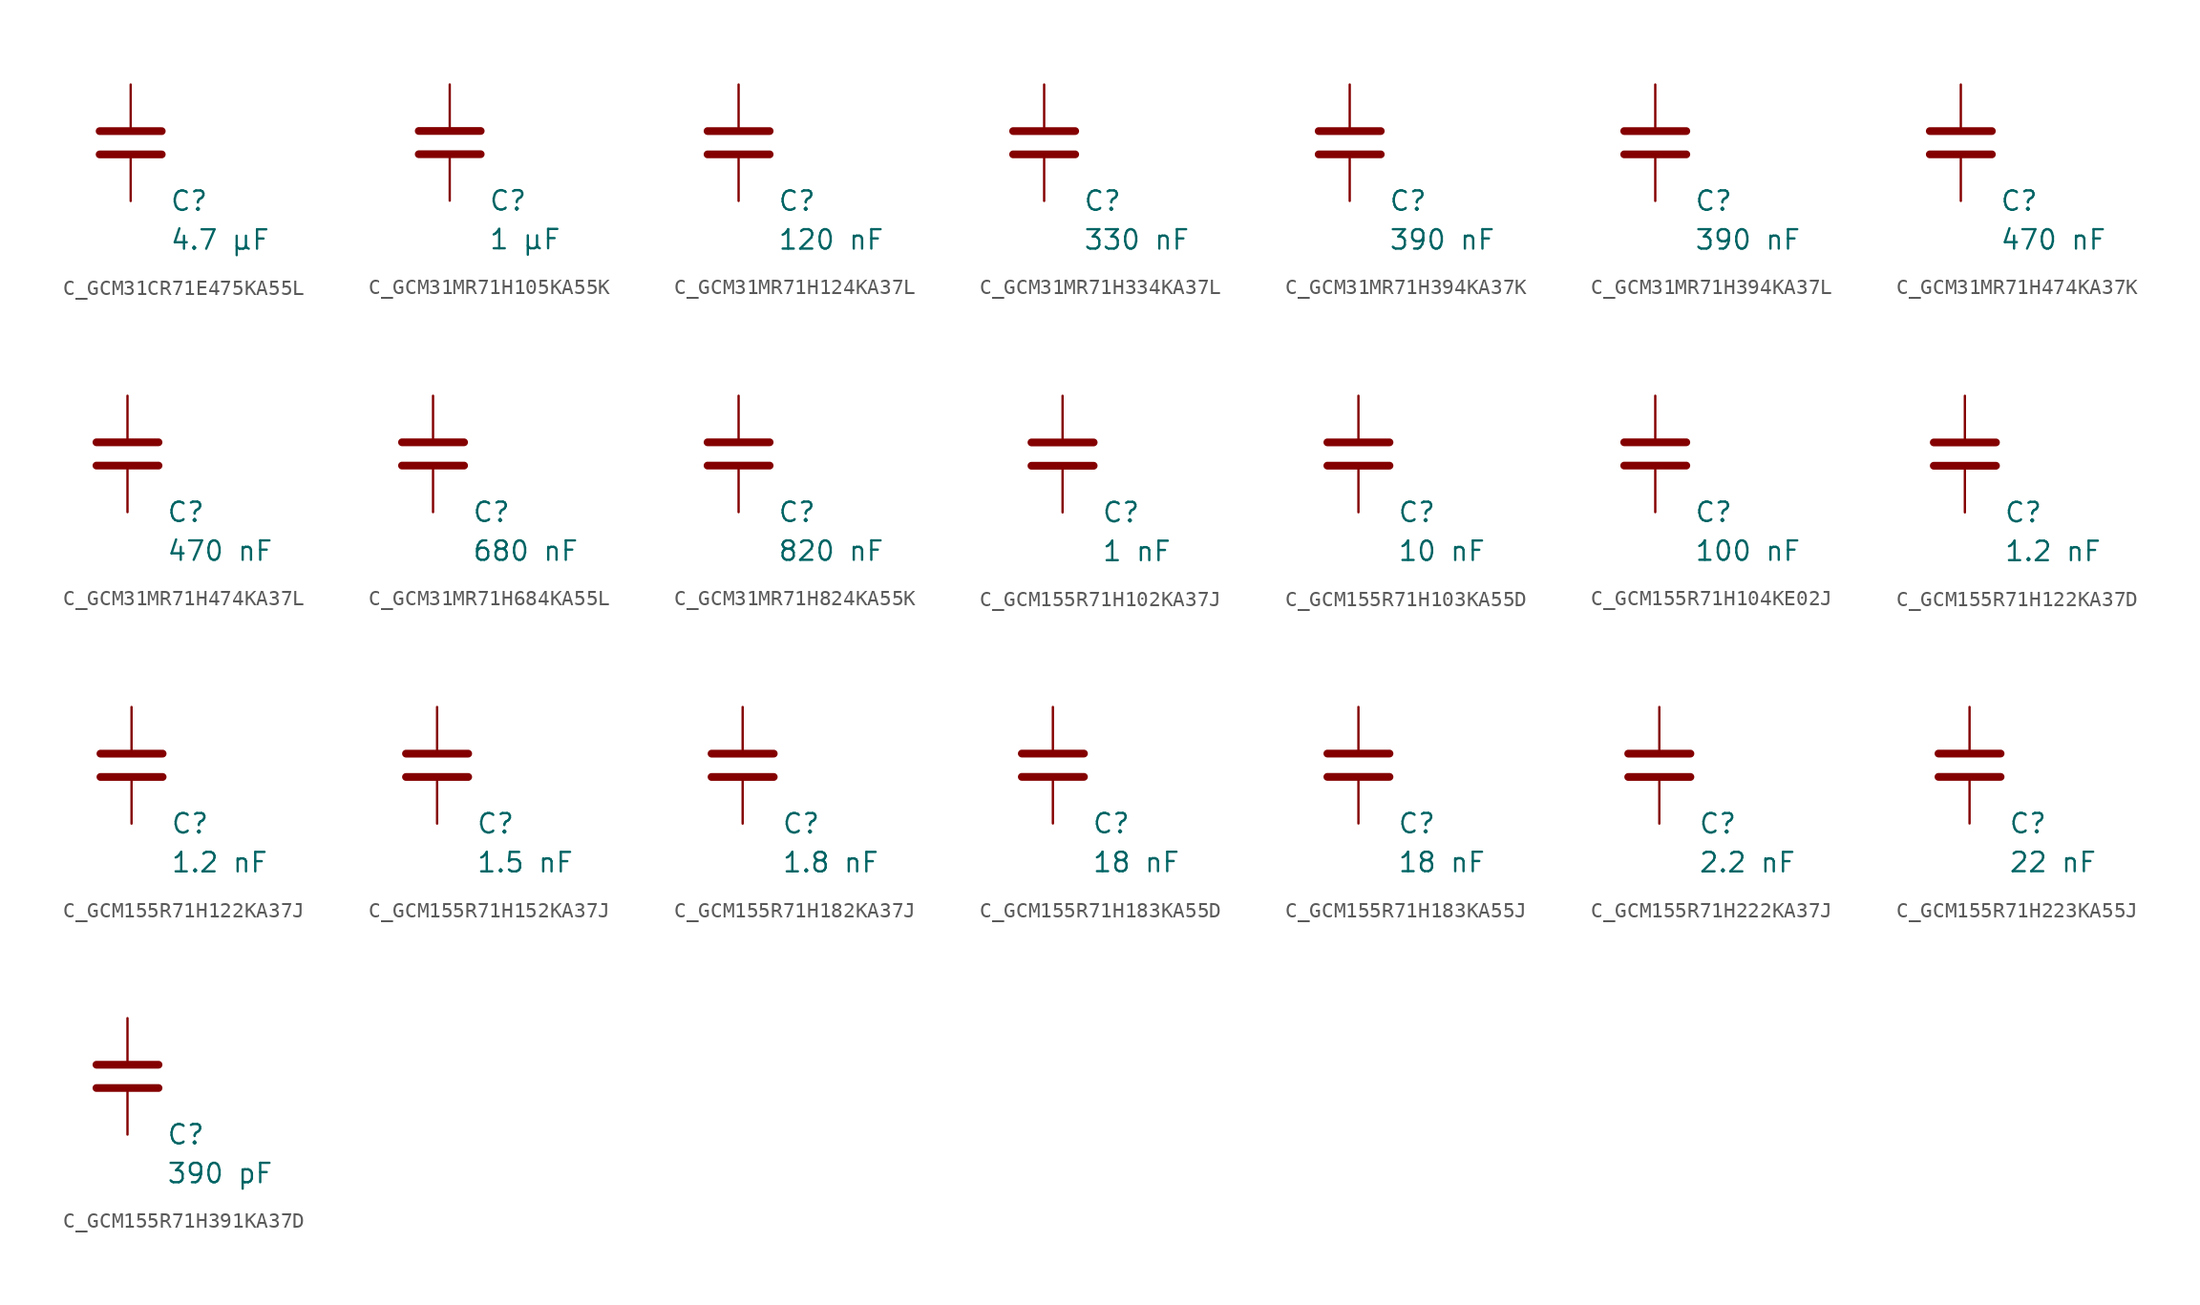
<source format=kicad_sym>
(kicad_symbol_lib
  (version 20231120)
  (generator "kicad_symbol_editor")
  (generator_version "8.0")
  (symbol "C_GCM31CR71E475KA55L"
    (pin_numbers hide)
    (pin_names
      (offset 0.254))
    (property "Reference" "C"
      (at 2.54 -3.81 0)
      (effects (font (size 1.27 1.27)) (justify left))
      (show_name no))
    (property "Value" "4.7 µF"
      (at 2.54 -6.35 0)
      (effects (font (size 1.27 1.27)) (justify left))
      (show_name no))
    (symbol "C_GCM31CR71E475KA55L_0_1"
      (polyline (pts (xy -2.032 -0.762) (xy 2.032 -0.762)) (stroke (width 0.508) (type default)) (fill (type none)))
      (polyline (pts (xy -2.032 0.762) (xy 2.032 0.762)) (stroke (width 0.508) (type default)) (fill (type none))))
    (symbol "C_GCM31CR71E475KA55L_1_1"
      (pin passive line (at 0 3.81 270) (length 2.794) (name "~" (effects (font (size 1.27 1.27)))) (number "1" (effects (font (size 1.27 1.27)))))
      (pin passive line (at 0 -3.81 90) (length 2.794) (name "~" (effects (font (size 1.27 1.27)))) (number "2" (effects (font (size 1.27 1.27)))))))
  (symbol "C_GCM31MR71H105KA55K"
    (pin_numbers hide)
    (pin_names
      (offset 0.254))
    (property "Reference" "C"
      (at 2.54 -3.81 0)
      (effects (font (size 1.27 1.27)) (justify left))
      (show_name no))
    (property "Value" "1 µF"
      (at 2.54 -6.35 0)
      (effects (font (size 1.27 1.27)) (justify left))
      (show_name no))
    (symbol "C_GCM31MR71H105KA55K_0_1"
      (polyline (pts (xy -2.032 -0.762) (xy 2.032 -0.762)) (stroke (width 0.508) (type default)) (fill (type none)))
      (polyline (pts (xy -2.032 0.762) (xy 2.032 0.762)) (stroke (width 0.508) (type default)) (fill (type none))))
    (symbol "C_GCM31MR71H105KA55K_1_1"
      (pin passive line (at 0 3.81 270) (length 2.794) (name "~" (effects (font (size 1.27 1.27)))) (number "1" (effects (font (size 1.27 1.27)))))
      (pin passive line (at 0 -3.81 90) (length 2.794) (name "~" (effects (font (size 1.27 1.27)))) (number "2" (effects (font (size 1.27 1.27)))))))
  (symbol "C_GCM31MR71H124KA37L"
    (pin_numbers hide)
    (pin_names
      (offset 0.254))
    (property "Reference" "C"
      (at 2.54 -3.81 0)
      (effects (font (size 1.27 1.27)) (justify left))
      (show_name no))
    (property "Value" "120 nF"
      (at 2.54 -6.35 0)
      (effects (font (size 1.27 1.27)) (justify left))
      (show_name no))
    (symbol "C_GCM31MR71H124KA37L_0_1"
      (polyline (pts (xy -2.032 -0.762) (xy 2.032 -0.762)) (stroke (width 0.508) (type default)) (fill (type none)))
      (polyline (pts (xy -2.032 0.762) (xy 2.032 0.762)) (stroke (width 0.508) (type default)) (fill (type none))))
    (symbol "C_GCM31MR71H124KA37L_1_1"
      (pin passive line (at 0 3.81 270) (length 2.794) (name "~" (effects (font (size 1.27 1.27)))) (number "1" (effects (font (size 1.27 1.27)))))
      (pin passive line (at 0 -3.81 90) (length 2.794) (name "~" (effects (font (size 1.27 1.27)))) (number "2" (effects (font (size 1.27 1.27)))))))
  (symbol "C_GCM31MR71H334KA37L"
    (pin_numbers hide)
    (pin_names
      (offset 0.254))
    (property "Reference" "C"
      (at 2.54 -3.81 0)
      (effects (font (size 1.27 1.27)) (justify left))
      (show_name no))
    (property "Value" "330 nF"
      (at 2.54 -6.35 0)
      (effects (font (size 1.27 1.27)) (justify left))
      (show_name no))
    (symbol "C_GCM31MR71H334KA37L_0_1"
      (polyline (pts (xy -2.032 -0.762) (xy 2.032 -0.762)) (stroke (width 0.508) (type default)) (fill (type none)))
      (polyline (pts (xy -2.032 0.762) (xy 2.032 0.762)) (stroke (width 0.508) (type default)) (fill (type none))))
    (symbol "C_GCM31MR71H334KA37L_1_1"
      (pin passive line (at 0 3.81 270) (length 2.794) (name "~" (effects (font (size 1.27 1.27)))) (number "1" (effects (font (size 1.27 1.27)))))
      (pin passive line (at 0 -3.81 90) (length 2.794) (name "~" (effects (font (size 1.27 1.27)))) (number "2" (effects (font (size 1.27 1.27)))))))
  (symbol "C_GCM31MR71H394KA37K"
    (pin_numbers hide)
    (pin_names
      (offset 0.254))
    (property "Reference" "C"
      (at 2.54 -3.81 0)
      (effects (font (size 1.27 1.27)) (justify left))
      (show_name no))
    (property "Value" "390 nF"
      (at 2.54 -6.35 0)
      (effects (font (size 1.27 1.27)) (justify left))
      (show_name no))
    (symbol "C_GCM31MR71H394KA37K_0_1"
      (polyline (pts (xy -2.032 -0.762) (xy 2.032 -0.762)) (stroke (width 0.508) (type default)) (fill (type none)))
      (polyline (pts (xy -2.032 0.762) (xy 2.032 0.762)) (stroke (width 0.508) (type default)) (fill (type none))))
    (symbol "C_GCM31MR71H394KA37K_1_1"
      (pin passive line (at 0 3.81 270) (length 2.794) (name "~" (effects (font (size 1.27 1.27)))) (number "1" (effects (font (size 1.27 1.27)))))
      (pin passive line (at 0 -3.81 90) (length 2.794) (name "~" (effects (font (size 1.27 1.27)))) (number "2" (effects (font (size 1.27 1.27)))))))
  (symbol "C_GCM31MR71H394KA37L"
    (pin_numbers hide)
    (pin_names
      (offset 0.254))
    (property "Reference" "C"
      (at 2.54 -3.81 0)
      (effects (font (size 1.27 1.27)) (justify left))
      (show_name no))
    (property "Value" "390 nF"
      (at 2.54 -6.35 0)
      (effects (font (size 1.27 1.27)) (justify left))
      (show_name no))
    (symbol "C_GCM31MR71H394KA37L_0_1"
      (polyline (pts (xy -2.032 -0.762) (xy 2.032 -0.762)) (stroke (width 0.508) (type default)) (fill (type none)))
      (polyline (pts (xy -2.032 0.762) (xy 2.032 0.762)) (stroke (width 0.508) (type default)) (fill (type none))))
    (symbol "C_GCM31MR71H394KA37L_1_1"
      (pin passive line (at 0 3.81 270) (length 2.794) (name "~" (effects (font (size 1.27 1.27)))) (number "1" (effects (font (size 1.27 1.27)))))
      (pin passive line (at 0 -3.81 90) (length 2.794) (name "~" (effects (font (size 1.27 1.27)))) (number "2" (effects (font (size 1.27 1.27)))))))
  (symbol "C_GCM31MR71H474KA37K"
    (pin_numbers hide)
    (pin_names
      (offset 0.254))
    (property "Reference" "C"
      (at 2.54 -3.81 0)
      (effects (font (size 1.27 1.27)) (justify left))
      (show_name no))
    (property "Value" "470 nF"
      (at 2.54 -6.35 0)
      (effects (font (size 1.27 1.27)) (justify left))
      (show_name no))
    (symbol "C_GCM31MR71H474KA37K_0_1"
      (polyline (pts (xy -2.032 -0.762) (xy 2.032 -0.762)) (stroke (width 0.508) (type default)) (fill (type none)))
      (polyline (pts (xy -2.032 0.762) (xy 2.032 0.762)) (stroke (width 0.508) (type default)) (fill (type none))))
    (symbol "C_GCM31MR71H474KA37K_1_1"
      (pin passive line (at 0 3.81 270) (length 2.794) (name "~" (effects (font (size 1.27 1.27)))) (number "1" (effects (font (size 1.27 1.27)))))
      (pin passive line (at 0 -3.81 90) (length 2.794) (name "~" (effects (font (size 1.27 1.27)))) (number "2" (effects (font (size 1.27 1.27)))))))
  (symbol "C_GCM31MR71H474KA37L"
    (pin_numbers hide)
    (pin_names
      (offset 0.254))
    (property "Reference" "C"
      (at 2.54 -3.81 0)
      (effects (font (size 1.27 1.27)) (justify left))
      (show_name no))
    (property "Value" "470 nF"
      (at 2.54 -6.35 0)
      (effects (font (size 1.27 1.27)) (justify left))
      (show_name no))
    (symbol "C_GCM31MR71H474KA37L_0_1"
      (polyline (pts (xy -2.032 -0.762) (xy 2.032 -0.762)) (stroke (width 0.508) (type default)) (fill (type none)))
      (polyline (pts (xy -2.032 0.762) (xy 2.032 0.762)) (stroke (width 0.508) (type default)) (fill (type none))))
    (symbol "C_GCM31MR71H474KA37L_1_1"
      (pin passive line (at 0 3.81 270) (length 2.794) (name "~" (effects (font (size 1.27 1.27)))) (number "1" (effects (font (size 1.27 1.27)))))
      (pin passive line (at 0 -3.81 90) (length 2.794) (name "~" (effects (font (size 1.27 1.27)))) (number "2" (effects (font (size 1.27 1.27)))))))
  (symbol "C_GCM31MR71H684KA55L"
    (pin_numbers hide)
    (pin_names
      (offset 0.254))
    (property "Reference" "C"
      (at 2.54 -3.81 0)
      (effects (font (size 1.27 1.27)) (justify left))
      (show_name no))
    (property "Value" "680 nF"
      (at 2.54 -6.35 0)
      (effects (font (size 1.27 1.27)) (justify left))
      (show_name no))
    (symbol "C_GCM31MR71H684KA55L_0_1"
      (polyline (pts (xy -2.032 -0.762) (xy 2.032 -0.762)) (stroke (width 0.508) (type default)) (fill (type none)))
      (polyline (pts (xy -2.032 0.762) (xy 2.032 0.762)) (stroke (width 0.508) (type default)) (fill (type none))))
    (symbol "C_GCM31MR71H684KA55L_1_1"
      (pin passive line (at 0 3.81 270) (length 2.794) (name "~" (effects (font (size 1.27 1.27)))) (number "1" (effects (font (size 1.27 1.27)))))
      (pin passive line (at 0 -3.81 90) (length 2.794) (name "~" (effects (font (size 1.27 1.27)))) (number "2" (effects (font (size 1.27 1.27)))))))
  (symbol "C_GCM31MR71H824KA55K"
    (pin_numbers hide)
    (pin_names
      (offset 0.254))
    (property "Reference" "C"
      (at 2.54 -3.81 0)
      (effects (font (size 1.27 1.27)) (justify left))
      (show_name no))
    (property "Value" "820 nF"
      (at 2.54 -6.35 0)
      (effects (font (size 1.27 1.27)) (justify left))
      (show_name no))
    (symbol "C_GCM31MR71H824KA55K_0_1"
      (polyline (pts (xy -2.032 -0.762) (xy 2.032 -0.762)) (stroke (width 0.508) (type default)) (fill (type none)))
      (polyline (pts (xy -2.032 0.762) (xy 2.032 0.762)) (stroke (width 0.508) (type default)) (fill (type none))))
    (symbol "C_GCM31MR71H824KA55K_1_1"
      (pin passive line (at 0 3.81 270) (length 2.794) (name "~" (effects (font (size 1.27 1.27)))) (number "1" (effects (font (size 1.27 1.27)))))
      (pin passive line (at 0 -3.81 90) (length 2.794) (name "~" (effects (font (size 1.27 1.27)))) (number "2" (effects (font (size 1.27 1.27)))))))
  (symbol "C_GCM155R71H102KA37J"
    (pin_numbers hide)
    (pin_names
      (offset 0.254))
    (property "Reference" "C"
      (at 2.54 -3.81 0)
      (effects (font (size 1.27 1.27)) (justify left))
      (show_name no))
    (property "Value" "1 nF"
      (at 2.54 -6.35 0)
      (effects (font (size 1.27 1.27)) (justify left))
      (show_name no))
    (symbol "C_GCM155R71H102KA37J_0_1"
      (polyline (pts (xy -2.032 -0.762) (xy 2.032 -0.762)) (stroke (width 0.508) (type default)) (fill (type none)))
      (polyline (pts (xy -2.032 0.762) (xy 2.032 0.762)) (stroke (width 0.508) (type default)) (fill (type none))))
    (symbol "C_GCM155R71H102KA37J_1_1"
      (pin passive line (at 0 3.81 270) (length 2.794) (name "~" (effects (font (size 1.27 1.27)))) (number "1" (effects (font (size 1.27 1.27)))))
      (pin passive line (at 0 -3.81 90) (length 2.794) (name "~" (effects (font (size 1.27 1.27)))) (number "2" (effects (font (size 1.27 1.27)))))))
  (symbol "C_GCM155R71H103KA55D"
    (pin_numbers hide)
    (pin_names
      (offset 0.254))
    (property "Reference" "C"
      (at 2.54 -3.81 0)
      (effects (font (size 1.27 1.27)) (justify left))
      (show_name no))
    (property "Value" "10 nF"
      (at 2.54 -6.35 0)
      (effects (font (size 1.27 1.27)) (justify left))
      (show_name no))
    (symbol "C_GCM155R71H103KA55D_0_1"
      (polyline (pts (xy -2.032 -0.762) (xy 2.032 -0.762)) (stroke (width 0.508) (type default)) (fill (type none)))
      (polyline (pts (xy -2.032 0.762) (xy 2.032 0.762)) (stroke (width 0.508) (type default)) (fill (type none))))
    (symbol "C_GCM155R71H103KA55D_1_1"
      (pin passive line (at 0 3.81 270) (length 2.794) (name "~" (effects (font (size 1.27 1.27)))) (number "1" (effects (font (size 1.27 1.27)))))
      (pin passive line (at 0 -3.81 90) (length 2.794) (name "~" (effects (font (size 1.27 1.27)))) (number "2" (effects (font (size 1.27 1.27)))))))
  (symbol "C_GCM155R71H104KE02J"
    (pin_numbers hide)
    (pin_names
      (offset 0.254))
    (property "Reference" "C"
      (at 2.54 -3.81 0)
      (effects (font (size 1.27 1.27)) (justify left))
      (show_name no))
    (property "Value" "100 nF"
      (at 2.54 -6.35 0)
      (effects (font (size 1.27 1.27)) (justify left))
      (show_name no))
    (symbol "C_GCM155R71H104KE02J_0_1"
      (polyline (pts (xy -2.032 -0.762) (xy 2.032 -0.762)) (stroke (width 0.508) (type default)) (fill (type none)))
      (polyline (pts (xy -2.032 0.762) (xy 2.032 0.762)) (stroke (width 0.508) (type default)) (fill (type none))))
    (symbol "C_GCM155R71H104KE02J_1_1"
      (pin passive line (at 0 3.81 270) (length 2.794) (name "~" (effects (font (size 1.27 1.27)))) (number "1" (effects (font (size 1.27 1.27)))))
      (pin passive line (at 0 -3.81 90) (length 2.794) (name "~" (effects (font (size 1.27 1.27)))) (number "2" (effects (font (size 1.27 1.27)))))))
  (symbol "C_GCM155R71H122KA37D"
    (pin_numbers hide)
    (pin_names
      (offset 0.254))
    (property "Reference" "C"
      (at 2.54 -3.81 0)
      (effects (font (size 1.27 1.27)) (justify left))
      (show_name no))
    (property "Value" "1.2 nF"
      (at 2.54 -6.35 0)
      (effects (font (size 1.27 1.27)) (justify left))
      (show_name no))
    (symbol "C_GCM155R71H122KA37D_0_1"
      (polyline (pts (xy -2.032 -0.762) (xy 2.032 -0.762)) (stroke (width 0.508) (type default)) (fill (type none)))
      (polyline (pts (xy -2.032 0.762) (xy 2.032 0.762)) (stroke (width 0.508) (type default)) (fill (type none))))
    (symbol "C_GCM155R71H122KA37D_1_1"
      (pin passive line (at 0 3.81 270) (length 2.794) (name "~" (effects (font (size 1.27 1.27)))) (number "1" (effects (font (size 1.27 1.27)))))
      (pin passive line (at 0 -3.81 90) (length 2.794) (name "~" (effects (font (size 1.27 1.27)))) (number "2" (effects (font (size 1.27 1.27)))))))
  (symbol "C_GCM155R71H122KA37J"
    (pin_numbers hide)
    (pin_names
      (offset 0.254))
    (property "Reference" "C"
      (at 2.54 -3.81 0)
      (effects (font (size 1.27 1.27)) (justify left))
      (show_name no))
    (property "Value" "1.2 nF"
      (at 2.54 -6.35 0)
      (effects (font (size 1.27 1.27)) (justify left))
      (show_name no))
    (symbol "C_GCM155R71H122KA37J_0_1"
      (polyline (pts (xy -2.032 -0.762) (xy 2.032 -0.762)) (stroke (width 0.508) (type default)) (fill (type none)))
      (polyline (pts (xy -2.032 0.762) (xy 2.032 0.762)) (stroke (width 0.508) (type default)) (fill (type none))))
    (symbol "C_GCM155R71H122KA37J_1_1"
      (pin passive line (at 0 3.81 270) (length 2.794) (name "~" (effects (font (size 1.27 1.27)))) (number "1" (effects (font (size 1.27 1.27)))))
      (pin passive line (at 0 -3.81 90) (length 2.794) (name "~" (effects (font (size 1.27 1.27)))) (number "2" (effects (font (size 1.27 1.27)))))))
  (symbol "C_GCM155R71H152KA37J"
    (pin_numbers hide)
    (pin_names
      (offset 0.254))
    (property "Reference" "C"
      (at 2.54 -3.81 0)
      (effects (font (size 1.27 1.27)) (justify left))
      (show_name no))
    (property "Value" "1.5 nF"
      (at 2.54 -6.35 0)
      (effects (font (size 1.27 1.27)) (justify left))
      (show_name no))
    (symbol "C_GCM155R71H152KA37J_0_1"
      (polyline (pts (xy -2.032 -0.762) (xy 2.032 -0.762)) (stroke (width 0.508) (type default)) (fill (type none)))
      (polyline (pts (xy -2.032 0.762) (xy 2.032 0.762)) (stroke (width 0.508) (type default)) (fill (type none))))
    (symbol "C_GCM155R71H152KA37J_1_1"
      (pin passive line (at 0 3.81 270) (length 2.794) (name "~" (effects (font (size 1.27 1.27)))) (number "1" (effects (font (size 1.27 1.27)))))
      (pin passive line (at 0 -3.81 90) (length 2.794) (name "~" (effects (font (size 1.27 1.27)))) (number "2" (effects (font (size 1.27 1.27)))))))
  (symbol "C_GCM155R71H182KA37J"
    (pin_numbers hide)
    (pin_names
      (offset 0.254))
    (property "Reference" "C"
      (at 2.54 -3.81 0)
      (effects (font (size 1.27 1.27)) (justify left))
      (show_name no))
    (property "Value" "1.8 nF"
      (at 2.54 -6.35 0)
      (effects (font (size 1.27 1.27)) (justify left))
      (show_name no))
    (symbol "C_GCM155R71H182KA37J_0_1"
      (polyline (pts (xy -2.032 -0.762) (xy 2.032 -0.762)) (stroke (width 0.508) (type default)) (fill (type none)))
      (polyline (pts (xy -2.032 0.762) (xy 2.032 0.762)) (stroke (width 0.508) (type default)) (fill (type none))))
    (symbol "C_GCM155R71H182KA37J_1_1"
      (pin passive line (at 0 3.81 270) (length 2.794) (name "~" (effects (font (size 1.27 1.27)))) (number "1" (effects (font (size 1.27 1.27)))))
      (pin passive line (at 0 -3.81 90) (length 2.794) (name "~" (effects (font (size 1.27 1.27)))) (number "2" (effects (font (size 1.27 1.27)))))))
  (symbol "C_GCM155R71H183KA55D"
    (pin_numbers hide)
    (pin_names
      (offset 0.254))
    (property "Reference" "C"
      (at 2.54 -3.81 0)
      (effects (font (size 1.27 1.27)) (justify left))
      (show_name no))
    (property "Value" "18 nF"
      (at 2.54 -6.35 0)
      (effects (font (size 1.27 1.27)) (justify left))
      (show_name no))
    (symbol "C_GCM155R71H183KA55D_0_1"
      (polyline (pts (xy -2.032 -0.762) (xy 2.032 -0.762)) (stroke (width 0.508) (type default)) (fill (type none)))
      (polyline (pts (xy -2.032 0.762) (xy 2.032 0.762)) (stroke (width 0.508) (type default)) (fill (type none))))
    (symbol "C_GCM155R71H183KA55D_1_1"
      (pin passive line (at 0 3.81 270) (length 2.794) (name "~" (effects (font (size 1.27 1.27)))) (number "1" (effects (font (size 1.27 1.27)))))
      (pin passive line (at 0 -3.81 90) (length 2.794) (name "~" (effects (font (size 1.27 1.27)))) (number "2" (effects (font (size 1.27 1.27)))))))
  (symbol "C_GCM155R71H183KA55J"
    (pin_numbers hide)
    (pin_names
      (offset 0.254))
    (property "Reference" "C"
      (at 2.54 -3.81 0)
      (effects (font (size 1.27 1.27)) (justify left))
      (show_name no))
    (property "Value" "18 nF"
      (at 2.54 -6.35 0)
      (effects (font (size 1.27 1.27)) (justify left))
      (show_name no))
    (symbol "C_GCM155R71H183KA55J_0_1"
      (polyline (pts (xy -2.032 -0.762) (xy 2.032 -0.762)) (stroke (width 0.508) (type default)) (fill (type none)))
      (polyline (pts (xy -2.032 0.762) (xy 2.032 0.762)) (stroke (width 0.508) (type default)) (fill (type none))))
    (symbol "C_GCM155R71H183KA55J_1_1"
      (pin passive line (at 0 3.81 270) (length 2.794) (name "~" (effects (font (size 1.27 1.27)))) (number "1" (effects (font (size 1.27 1.27)))))
      (pin passive line (at 0 -3.81 90) (length 2.794) (name "~" (effects (font (size 1.27 1.27)))) (number "2" (effects (font (size 1.27 1.27)))))))
  (symbol "C_GCM155R71H222KA37J"
    (pin_numbers hide)
    (pin_names
      (offset 0.254))
    (property "Reference" "C"
      (at 2.54 -3.81 0)
      (effects (font (size 1.27 1.27)) (justify left))
      (show_name no))
    (property "Value" "2.2 nF"
      (at 2.54 -6.35 0)
      (effects (font (size 1.27 1.27)) (justify left))
      (show_name no))
    (symbol "C_GCM155R71H222KA37J_0_1"
      (polyline (pts (xy -2.032 -0.762) (xy 2.032 -0.762)) (stroke (width 0.508) (type default)) (fill (type none)))
      (polyline (pts (xy -2.032 0.762) (xy 2.032 0.762)) (stroke (width 0.508) (type default)) (fill (type none))))
    (symbol "C_GCM155R71H222KA37J_1_1"
      (pin passive line (at 0 3.81 270) (length 2.794) (name "~" (effects (font (size 1.27 1.27)))) (number "1" (effects (font (size 1.27 1.27)))))
      (pin passive line (at 0 -3.81 90) (length 2.794) (name "~" (effects (font (size 1.27 1.27)))) (number "2" (effects (font (size 1.27 1.27)))))))
  (symbol "C_GCM155R71H223KA55J"
    (pin_numbers hide)
    (pin_names
      (offset 0.254))
    (property "Reference" "C"
      (at 2.54 -3.81 0)
      (effects (font (size 1.27 1.27)) (justify left))
      (show_name no))
    (property "Value" "22 nF"
      (at 2.54 -6.35 0)
      (effects (font (size 1.27 1.27)) (justify left))
      (show_name no))
    (symbol "C_GCM155R71H223KA55J_0_1"
      (polyline (pts (xy -2.032 -0.762) (xy 2.032 -0.762)) (stroke (width 0.508) (type default)) (fill (type none)))
      (polyline (pts (xy -2.032 0.762) (xy 2.032 0.762)) (stroke (width 0.508) (type default)) (fill (type none))))
    (symbol "C_GCM155R71H223KA55J_1_1"
      (pin passive line (at 0 3.81 270) (length 2.794) (name "~" (effects (font (size 1.27 1.27)))) (number "1" (effects (font (size 1.27 1.27)))))
      (pin passive line (at 0 -3.81 90) (length 2.794) (name "~" (effects (font (size 1.27 1.27)))) (number "2" (effects (font (size 1.27 1.27)))))))
  (symbol "C_GCM155R71H391KA37D"
    (pin_numbers hide)
    (pin_names
      (offset 0.254))
    (property "Reference" "C"
      (at 2.54 -3.81 0)
      (effects (font (size 1.27 1.27)) (justify left))
      (show_name no))
    (property "Value" "390 pF"
      (at 2.54 -6.35 0)
      (effects (font (size 1.27 1.27)) (justify left))
      (show_name no))
    (symbol "C_GCM155R71H391KA37D_0_1"
      (polyline (pts (xy -2.032 -0.762) (xy 2.032 -0.762)) (stroke (width 0.508) (type default)) (fill (type none)))
      (polyline (pts (xy -2.032 0.762) (xy 2.032 0.762)) (stroke (width 0.508) (type default)) (fill (type none))))
    (symbol "C_GCM155R71H391KA37D_1_1"
      (pin passive line (at 0 3.81 270) (length 2.794) (name "~" (effects (font (size 1.27 1.27)))) (number "1" (effects (font (size 1.27 1.27)))))
      (pin passive line (at 0 -3.81 90) (length 2.794) (name "~" (effects (font (size 1.27 1.27)))) (number "2" (effects (font (size 1.27 1.27))))))))
</source>
